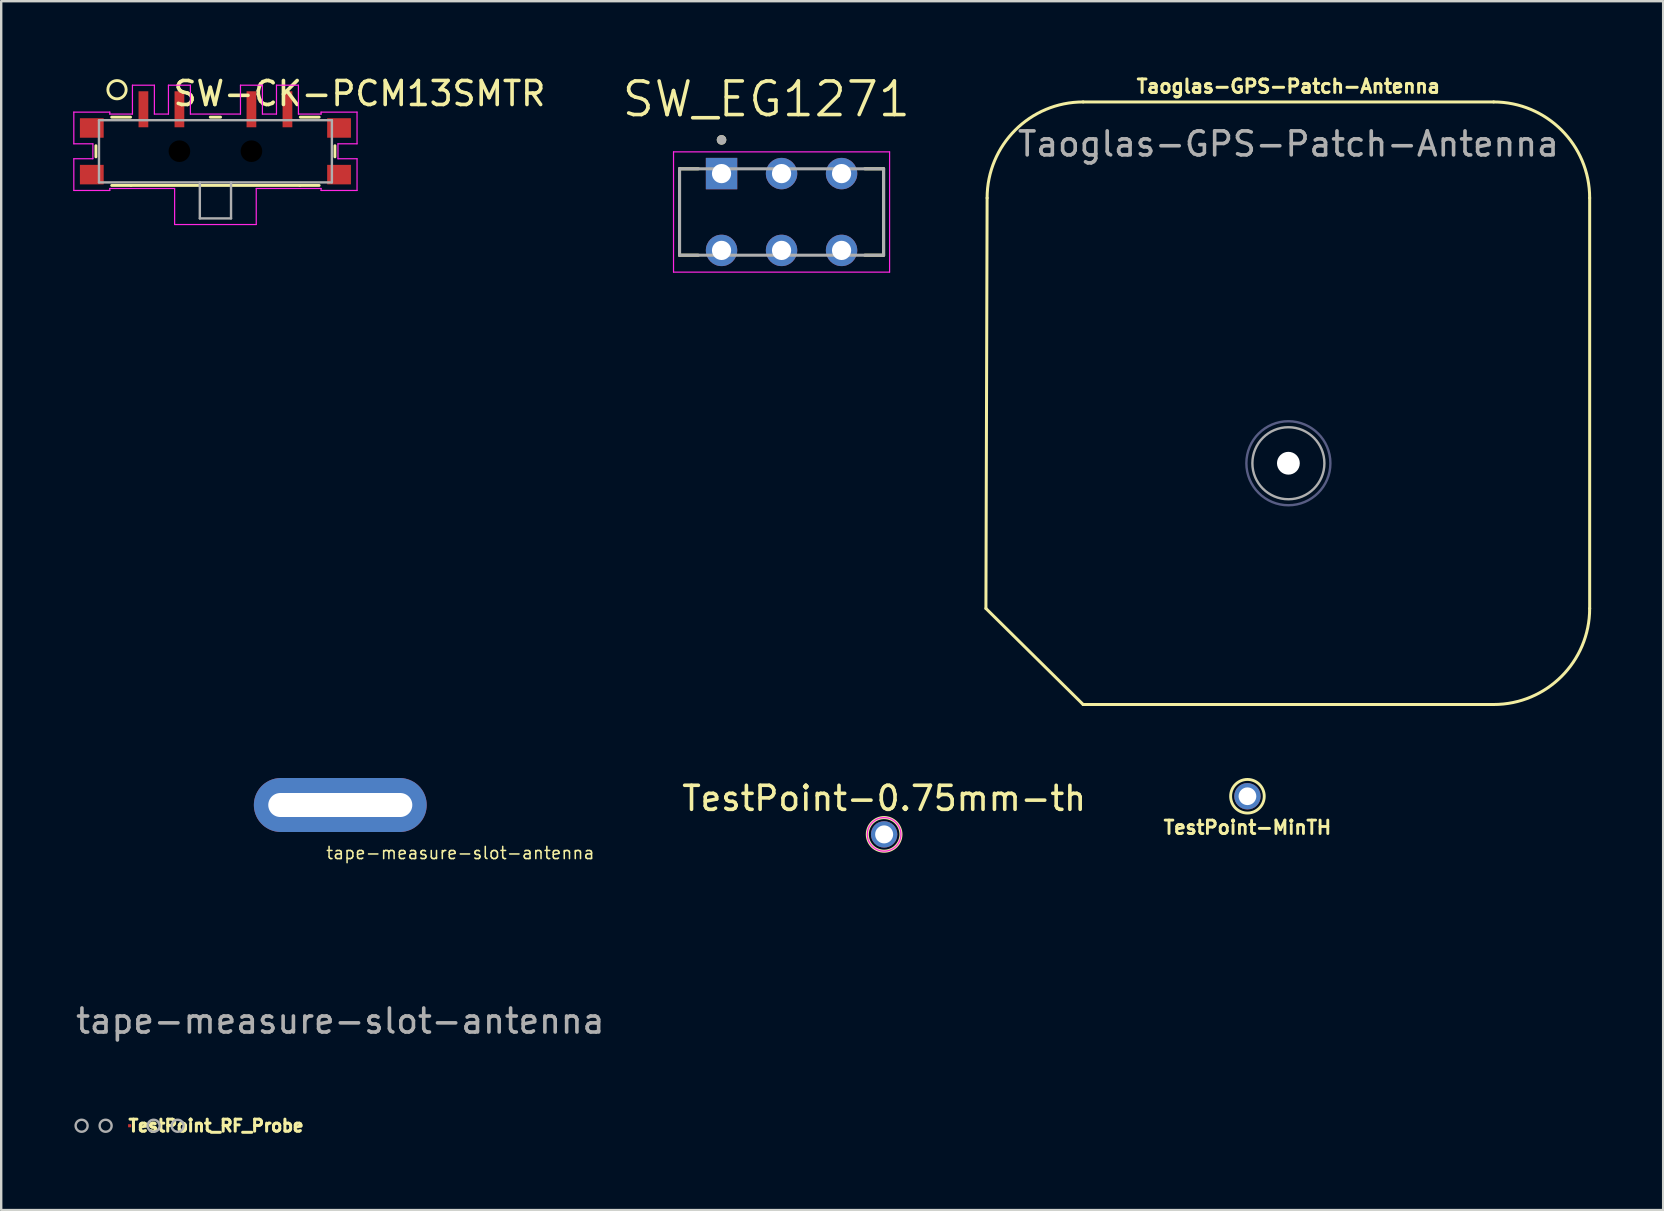
<source format=kicad_pcb>
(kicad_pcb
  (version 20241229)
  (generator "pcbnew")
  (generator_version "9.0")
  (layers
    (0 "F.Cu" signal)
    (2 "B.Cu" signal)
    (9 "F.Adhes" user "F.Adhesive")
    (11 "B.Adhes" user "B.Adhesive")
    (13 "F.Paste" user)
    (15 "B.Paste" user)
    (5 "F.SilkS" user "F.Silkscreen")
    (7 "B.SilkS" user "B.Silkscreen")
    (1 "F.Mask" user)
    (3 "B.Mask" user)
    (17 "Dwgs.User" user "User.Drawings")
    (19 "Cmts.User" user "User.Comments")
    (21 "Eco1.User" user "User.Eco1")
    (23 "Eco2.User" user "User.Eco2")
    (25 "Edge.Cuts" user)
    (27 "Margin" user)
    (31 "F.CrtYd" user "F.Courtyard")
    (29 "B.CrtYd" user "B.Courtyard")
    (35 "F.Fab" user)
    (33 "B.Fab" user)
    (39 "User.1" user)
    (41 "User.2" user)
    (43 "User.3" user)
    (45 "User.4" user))
  (footprint "Taoglas-GPS-Patch-Antenna"
    (layer "F.Cu")
    (at 50.62 13.747)
    (property "Reference" "Taoglas-GPS-Patch-Antenna" (at 0 -13.2 0) (unlocked yes) (layer "F.SilkS") (effects (font (size 0.56 0.56) (thickness 0.125))))
    (attr through_hole)
    (fp_line (start -12.6 8.55) (end -12.55 -8.55) (stroke (width 0.125) (type solid)) (layer "F.SilkS"))
    (fp_line (start -8.55 -12.55) (end 8.55 -12.55) (stroke (width 0.125) (type solid)) (layer "F.SilkS"))
    (fp_line (start -8.55 12.55) (end -12.6 8.55) (stroke (width 0.125) (type solid)) (layer "F.SilkS"))
    (fp_line (start 8.55 12.55) (end -8.55 12.55) (stroke (width 0.125) (type solid)) (layer "F.SilkS"))
    (fp_line (start 12.55 -8.55) (end 12.55 8.55) (stroke (width 0.125) (type solid)) (layer "F.SilkS"))
    (fp_arc (start -12.55 -8.55) (mid -11.378427 -11.378427) (end -8.55 -12.55) (stroke (width 0.125) (type solid)) (layer "F.SilkS"))
    (fp_arc (start 8.55 -12.55) (mid 11.378427 -11.378427) (end 12.55 -8.55) (stroke (width 0.125) (type solid)) (layer "F.SilkS"))
    (fp_arc (start 12.55 8.55) (mid 11.378427 11.378427) (end 8.55 12.55) (stroke (width 0.125) (type solid)) (layer "F.SilkS"))
    (fp_circle (center 0 2.5) (end 0 0.75) (stroke (width 0.1) (type solid)) (fill no) (layer "B.Fab"))
    (fp_circle (center 0 2.5) (end 0 1) (stroke (width 0.1) (type solid)) (fill no) (layer "F.Fab"))
    (fp_text user "${REFERENCE}" (at 0 -10.8 0) (unlocked yes) (layer "F.Fab") (effects (font (size 1 1) (thickness 0.15))))
    (pad "1" thru_hole circle (at 0 2.5) (size 2.5 2.5) (drill 0.95) (layers "*.Cu" "*.Mask") (remove_unused_layers yes) (zone_layer_connections))
    (zone (net_name "") (layers "F.Cu" "F.Fab") (hatch edge 0.508) (connect_pads) (min_thickness 0.254) (filled_areas_thickness no) (keepout (tracks allowed) (vias allowed) (pads allowed) (copperpour not_allowed) (footprints allowed)) (placement (enabled no)) (fill) (polygon (pts (xy 51.22 14.847) (xy 51.67 15.197) (xy 52.02 15.647) (xy 52.12 16.247) (xy 52.02 16.847) (xy 51.67 17.297) (xy 51.22 17.647) (xy 50.62 17.747) (xy 50.02 17.647) (xy 49.57 17.297) (xy 49.22 16.847) (xy 49.12 16.247) (xy 49.22 15.647) (xy 49.57 15.197) (xy 50.02 14.847) (xy 50.62 14.747))))
    (zone (net_name "") (layers "B.Cu" "B.Fab") (hatch edge 0.508) (connect_pads) (min_thickness 0.254) (filled_areas_thickness no) (keepout (tracks allowed) (vias allowed) (pads allowed) (copperpour not_allowed) (footprints allowed)) (placement (enabled no)) (fill) (polygon (pts (xy 51.27 14.597) (xy 51.87 14.997) (xy 52.27 15.597) (xy 52.37 16.247) (xy 52.27 16.897) (xy 51.87 17.497) (xy 51.27 17.897) (xy 50.62 17.997) (xy 49.97 17.897) (xy 49.37 17.497) (xy 48.97 16.897) (xy 48.87 16.247) (xy 48.97 15.597) (xy 49.37 14.997) (xy 49.97 14.597) (xy 50.62 14.497)))))
  (footprint "SW_EG1271"
    (layer "F.Cu")
    (at 29.507 5.781)
    (property "Reference" "SW_EG1271" (at -0.635 -4.699 0) (layer "F.SilkS") (effects (font (size 1.4 1.4) (thickness 0.15))))
    (attr through_hole)
    (fp_line (start -4.25 -1.8) (end -3.467 -1.8) (stroke (width 0.127) (type solid)) (layer "F.SilkS"))
    (fp_line (start -4.25 1.8) (end -4.25 -1.8) (stroke (width 0.127) (type solid)) (layer "F.SilkS"))
    (fp_line (start -4.25 1.8) (end -3.467 1.8) (stroke (width 0.127) (type solid)) (layer "F.SilkS"))
    (fp_line (start 4.25 -1.8) (end 3.467 -1.8) (stroke (width 0.127) (type solid)) (layer "F.SilkS"))
    (fp_line (start 4.25 -1.8) (end 4.25 1.8) (stroke (width 0.127) (type solid)) (layer "F.SilkS"))
    (fp_line (start 4.25 1.8) (end 3.467 1.8) (stroke (width 0.127) (type solid)) (layer "F.SilkS"))
    (fp_circle (center -2.5 -3.004) (end -2.4 -3.004) (stroke (width 0.2) (type solid)) (fill no) (layer "F.SilkS"))
    (fp_line (start -4.5 -2.504) (end 4.5 -2.504) (stroke (width 0.05) (type solid)) (layer "F.CrtYd"))
    (fp_line (start -4.5 2.504) (end -4.5 -2.504) (stroke (width 0.05) (type solid)) (layer "F.CrtYd"))
    (fp_line (start 4.5 -2.504) (end 4.5 2.504) (stroke (width 0.05) (type solid)) (layer "F.CrtYd"))
    (fp_line (start 4.5 2.504) (end -4.5 2.504) (stroke (width 0.05) (type solid)) (layer "F.CrtYd"))
    (fp_line (start -4.25 -1.8) (end 4.25 -1.8) (stroke (width 0.127) (type solid)) (layer "F.Fab"))
    (fp_line (start -4.25 1.8) (end -4.25 -1.8) (stroke (width 0.127) (type solid)) (layer "F.Fab"))
    (fp_line (start 4.25 -1.8) (end 4.25 1.8) (stroke (width 0.127) (type solid)) (layer "F.Fab"))
    (fp_line (start 4.25 1.8) (end -4.25 1.8) (stroke (width 0.127) (type solid)) (layer "F.Fab"))
    (fp_circle (center -2.5 -3.004) (end -2.4 -3.004) (stroke (width 0.2) (type solid)) (fill no) (layer "F.Fab"))
    (pad "1" thru_hole rect (at -2.5 -1.6) (size 1.308 1.308) (drill 0.8) (layers "*.Cu" "*.Mask"))
    (pad "2" thru_hole circle (at 0 -1.6) (size 1.308 1.308) (drill 0.8) (layers "*.Cu" "*.Mask"))
    (pad "3" thru_hole circle (at 2.5 -1.6) (size 1.308 1.308) (drill 0.8) (layers "*.Cu" "*.Mask"))
    (pad "4" thru_hole circle (at -2.5 1.6) (size 1.308 1.308) (drill 0.8) (layers "*.Cu" "*.Mask"))
    (pad "5" thru_hole circle (at 0 1.6) (size 1.308 1.308) (drill 0.8) (layers "*.Cu" "*.Mask"))
    (pad "6" thru_hole circle (at 2.5 1.6) (size 1.308 1.308) (drill 0.8) (layers "*.Cu" "*.Mask")))
  (footprint "TestPoint-0.75mm-th"
    (layer "F.Cu")
    (at 33.78 31.708)
    (property "Reference" "TestPoint-0.75mm-th" (at 0 -1.5 0) (unlocked yes) (layer "F.SilkS") (effects (font (size 1 1) (thickness 0.15))))
    (attr through_hole)
    (fp_circle (center 0 0) (end 0.7 0) (stroke (width 0.127) (type solid)) (fill no) (layer "F.SilkS"))
    (fp_circle (center 0 0) (end 0.7 0) (stroke (width 0.05) (type default)) (fill no) (layer "F.CrtYd"))
    (pad "1" thru_hole circle (at 0 0) (size 1.1 1.1) (drill 0.75) (property pad_prop_testpoint) (layers "*.Cu" "*.Mask")))
  (footprint "tape-measure-slot-antenna"
    (layer "F.Cu")
    (at 11.125 30.484)
    (property "Reference" "tape-measure-slot-antenna" (at 5 2 0) (unlocked yes) (layer "F.SilkS") (effects (font (size 0.508 0.508) (thickness 0.064))))
    (attr through_hole)
    (fp_text user "${REFERENCE}" (at 0 9 0) (unlocked yes) (layer "F.Fab") (effects (font (size 1 1) (thickness 0.15))))
    (pad "1" thru_hole oval (at 0 0) (size 7.2 2.25) (drill oval 6 1) (layers "*.Cu" "*.Mask")))
  (footprint "SW-CK-PCM13SMTR"
    (layer "F.Cu")
    (at 5.924 3.248)
    (property "Reference" "SW-CK-PCM13SMTR" (at 6 -2.4 0) (layer "F.SilkS") (effects (font (size 1 1) (thickness 0.15))))
    (attr through_hole)
    (fp_line (start -4.978 -0.228) (end -4.978 0.237) (stroke (width 0.12) (type solid)) (layer "F.SilkS"))
    (fp_line (start -4.322 1.427) (end -3.516 1.427) (stroke (width 0.12) (type solid)) (layer "F.SilkS"))
    (fp_line (start -3.536 -1.418) (end -4.322 -1.418) (stroke (width 0.12) (type solid)) (layer "F.SilkS"))
    (fp_line (start -3.516 1.427) (end 3.516 1.427) (stroke (width 0.12) (type solid)) (layer "F.SilkS"))
    (fp_line (start 0.214 -1.418) (end -0.214 -1.418) (stroke (width 0.12) (type solid)) (layer "F.SilkS"))
    (fp_line (start 3.516 1.427) (end 4.322 1.427) (stroke (width 0.12) (type solid)) (layer "F.SilkS"))
    (fp_line (start 4.322 -1.418) (end 3.536 -1.418) (stroke (width 0.12) (type solid)) (layer "F.SilkS"))
    (fp_line (start 4.978 0.237) (end 4.978 -0.228) (stroke (width 0.12) (type solid)) (layer "F.SilkS"))
    (fp_circle (center -4.1 -2.561) (end -3.719 -2.561) (stroke (width 0.12) (type solid)) (fill no) (layer "F.SilkS"))
    (fp_line (start -5.899 -1.628) (end -5.899 -0.307) (stroke (width 0.05) (type solid)) (layer "F.CrtYd"))
    (fp_line (start -5.899 -0.307) (end -5.105 -0.307) (stroke (width 0.05) (type solid)) (layer "F.CrtYd"))
    (fp_line (start -5.899 0.315) (end -5.899 1.636) (stroke (width 0.05) (type solid)) (layer "F.CrtYd"))
    (fp_line (start -5.899 1.636) (end -4.401 1.636) (stroke (width 0.05) (type solid)) (layer "F.CrtYd"))
    (fp_line (start -5.105 -0.307) (end -5.105 0.315) (stroke (width 0.05) (type solid)) (layer "F.CrtYd"))
    (fp_line (start -5.105 0.315) (end -5.899 0.315) (stroke (width 0.05) (type solid)) (layer "F.CrtYd"))
    (fp_line (start -4.401 -1.628) (end -5.899 -1.628) (stroke (width 0.05) (type solid)) (layer "F.CrtYd"))
    (fp_line (start -4.401 -1.545) (end -4.401 -1.628) (stroke (width 0.05) (type solid)) (layer "F.CrtYd"))
    (fp_line (start -4.401 1.554) (end -1.7 1.554) (stroke (width 0.05) (type solid)) (layer "F.CrtYd"))
    (fp_line (start -4.401 1.636) (end -4.401 1.554) (stroke (width 0.05) (type solid)) (layer "F.CrtYd"))
    (fp_line (start -3.457 -2.75) (end -3.457 -1.545) (stroke (width 0.05) (type solid)) (layer "F.CrtYd"))
    (fp_line (start -3.457 -1.545) (end -4.401 -1.545) (stroke (width 0.05) (type solid)) (layer "F.CrtYd"))
    (fp_line (start -2.543 -2.75) (end -3.457 -2.75) (stroke (width 0.05) (type solid)) (layer "F.CrtYd"))
    (fp_line (start -2.543 -1.545) (end -2.543 -2.75) (stroke (width 0.05) (type solid)) (layer "F.CrtYd"))
    (fp_line (start -1.957 -2.75) (end -1.957 -1.545) (stroke (width 0.05) (type solid)) (layer "F.CrtYd"))
    (fp_line (start -1.957 -1.545) (end -2.543 -1.545) (stroke (width 0.05) (type solid)) (layer "F.CrtYd"))
    (fp_line (start -1.7 1.554) (end -1.7 3.054) (stroke (width 0.05) (type solid)) (layer "F.CrtYd"))
    (fp_line (start -1.7 3.054) (end 1.7 3.054) (stroke (width 0.05) (type solid)) (layer "F.CrtYd"))
    (fp_line (start -1.043 -2.75) (end -1.957 -2.75) (stroke (width 0.05) (type solid)) (layer "F.CrtYd"))
    (fp_line (start -1.043 -1.545) (end -1.043 -2.75) (stroke (width 0.05) (type solid)) (layer "F.CrtYd"))
    (fp_line (start 1.043 -2.75) (end 1.043 -1.545) (stroke (width 0.05) (type solid)) (layer "F.CrtYd"))
    (fp_line (start 1.043 -1.545) (end -1.043 -1.545) (stroke (width 0.05) (type solid)) (layer "F.CrtYd"))
    (fp_line (start 1.7 1.554) (end 4.401 1.554) (stroke (width 0.05) (type solid)) (layer "F.CrtYd"))
    (fp_line (start 1.7 3.054) (end 1.7 1.554) (stroke (width 0.05) (type solid)) (layer "F.CrtYd"))
    (fp_line (start 1.957 -2.75) (end 1.043 -2.75) (stroke (width 0.05) (type solid)) (layer "F.CrtYd"))
    (fp_line (start 1.957 -1.545) (end 1.957 -2.75) (stroke (width 0.05) (type solid)) (layer "F.CrtYd"))
    (fp_line (start 2.543 -2.75) (end 2.543 -1.545) (stroke (width 0.05) (type solid)) (layer "F.CrtYd"))
    (fp_line (start 2.543 -1.545) (end 1.957 -1.545) (stroke (width 0.05) (type solid)) (layer "F.CrtYd"))
    (fp_line (start 3.457 -2.75) (end 2.543 -2.75) (stroke (width 0.05) (type solid)) (layer "F.CrtYd"))
    (fp_line (start 3.457 -1.545) (end 3.457 -2.75) (stroke (width 0.05) (type solid)) (layer "F.CrtYd"))
    (fp_line (start 4.401 -1.628) (end 4.401 -1.545) (stroke (width 0.05) (type solid)) (layer "F.CrtYd"))
    (fp_line (start 4.401 -1.545) (end 3.457 -1.545) (stroke (width 0.05) (type solid)) (layer "F.CrtYd"))
    (fp_line (start 4.401 1.554) (end 4.401 1.636) (stroke (width 0.05) (type solid)) (layer "F.CrtYd"))
    (fp_line (start 4.401 1.636) (end 5.899 1.636) (stroke (width 0.05) (type solid)) (layer "F.CrtYd"))
    (fp_line (start 5.105 -0.307) (end 5.899 -0.307) (stroke (width 0.05) (type solid)) (layer "F.CrtYd"))
    (fp_line (start 5.105 0.315) (end 5.105 -0.307) (stroke (width 0.05) (type solid)) (layer "F.CrtYd"))
    (fp_line (start 5.899 -1.628) (end 4.401 -1.628) (stroke (width 0.05) (type solid)) (layer "F.CrtYd"))
    (fp_line (start 5.899 -0.307) (end 5.899 -1.628) (stroke (width 0.05) (type solid)) (layer "F.CrtYd"))
    (fp_line (start 5.899 0.315) (end 5.105 0.315) (stroke (width 0.05) (type solid)) (layer "F.CrtYd"))
    (fp_line (start 5.899 1.636) (end 5.899 0.315) (stroke (width 0.05) (type solid)) (layer "F.CrtYd"))
    (fp_line (start -4.851 -1.291) (end -4.851 1.3) (stroke (width 0.1) (type solid)) (layer "F.Fab"))
    (fp_line (start -4.851 1.3) (end 4.851 1.3) (stroke (width 0.1) (type solid)) (layer "F.Fab"))
    (fp_line (start -0.65 2.8) (end -0.65 1.3) (stroke (width 0.1) (type solid)) (layer "F.Fab"))
    (fp_line (start 0.65 1.3) (end 0.65 2.8) (stroke (width 0.1) (type solid)) (layer "F.Fab"))
    (fp_line (start 0.65 2.8) (end -0.65 2.8) (stroke (width 0.1) (type solid)) (layer "F.Fab"))
    (fp_line (start 4.851 -1.291) (end -4.851 -1.291) (stroke (width 0.1) (type solid)) (layer "F.Fab"))
    (fp_line (start 4.851 1.3) (end 4.851 -1.291) (stroke (width 0.1) (type solid)) (layer "F.Fab"))
    (fp_text user "Copyright 2021 Accelerated Designs. All rights reserved." (at -3 -1.746 0) (layer "Cmts.User") (effects (font (size 0.127 0.127) (thickness 0.002))))
    (pad "" np_thru_hole circle (at -1.5 0) (size 0.9 0.9) (drill 0.9) (layers "*.Mask"))
    (pad "" np_thru_hole circle (at 1.5 0) (size 0.9 0.9) (drill 0.9) (layers "*.Mask"))
    (pad "1" smd rect (at -3 -1.746) (size 0.406 1.5) (layers "F.Cu" "F.Mask" "F.Paste"))
    (pad "2" smd rect (at -1.5 -1.746) (size 0.406 1.5) (layers "F.Cu" "F.Mask" "F.Paste"))
    (pad "3" smd rect (at 1.5 -1.746) (size 0.406 1.5) (layers "F.Cu" "F.Mask" "F.Paste"))
    (pad "4" smd rect (at 3 -1.746) (size 0.406 1.5) (layers "F.Cu" "F.Mask" "F.Paste"))
    (pad "5" smd rect (at -5.15 -0.967) (size 0.991 0.813) (layers "F.Cu" "F.Mask" "F.Paste"))
    (pad "6" smd rect (at -5.15 0.976) (size 0.991 0.813) (layers "F.Cu" "F.Mask" "F.Paste"))
    (pad "9" smd rect (at 5.15 -0.967) (size 0.991 0.813) (layers "F.Cu" "F.Mask" "F.Paste"))
    (pad "10" smd rect (at 5.15 0.976) (size 0.991 0.813) (layers "F.Cu" "F.Mask" "F.Paste")))
  (footprint "TestPoint_RF_Probe"
    (layer "F.Cu")
    (at 2.35 43.845)
    (property "Reference" "TestPoint_RF_Probe" (at 3.6 0 0) (layer "F.SilkS") (effects (font (size 0.5 0.5) (thickness 0.125))))
    (attr exclude_from_pos_files exclude_from_bom)
    (fp_rect (start -2.3 -0.25) (end 2.3 0.25) (stroke (width 0.1) (type solid)) (fill yes) (layer "F.Mask"))
    (fp_circle (center -2 0) (end -1.75 0) (stroke (width 0.1) (type default)) (fill no) (layer "F.Fab"))
    (fp_circle (center -1 0) (end -0.75 0) (stroke (width 0.1) (type default)) (fill no) (layer "F.Fab"))
    (fp_circle (center 1 0) (end 1.25 0) (stroke (width 0.1) (type default)) (fill no) (layer "F.Fab"))
    (fp_circle (center 2 0) (end 2.25 0) (stroke (width 0.1) (type default)) (fill no) (layer "F.Fab"))
    (pad "1" smd rect (at 0 0) (size 0.127 0.127) (layers "F.Cu" "F.Mask")))
  (footprint "TestPoint-MinTH"
    (layer "F.Cu")
    (at 48.914 30.119)
    (property "Reference" "TestPoint-MinTH" (at 0 1.3 0) (unlocked yes) (layer "F.SilkS") (effects (font (size 0.56 0.56) (thickness 0.12))))
    (attr through_hole)
    (fp_circle (center 0 0) (end 0.7 0) (stroke (width 0.12) (type solid)) (fill no) (layer "F.SilkS"))
    (pad "1" thru_hole circle (at 0 0) (size 1.1 1.1) (drill 0.737) (property pad_prop_testpoint) (layers "*.Cu" "*.Mask")))
  (gr_rect
    (start -3 -3)
    (end 66.232 47.356)
    (stroke (width 0.1) (type default))
    (fill no)
    (layer "Edge.Cuts")))
</source>
